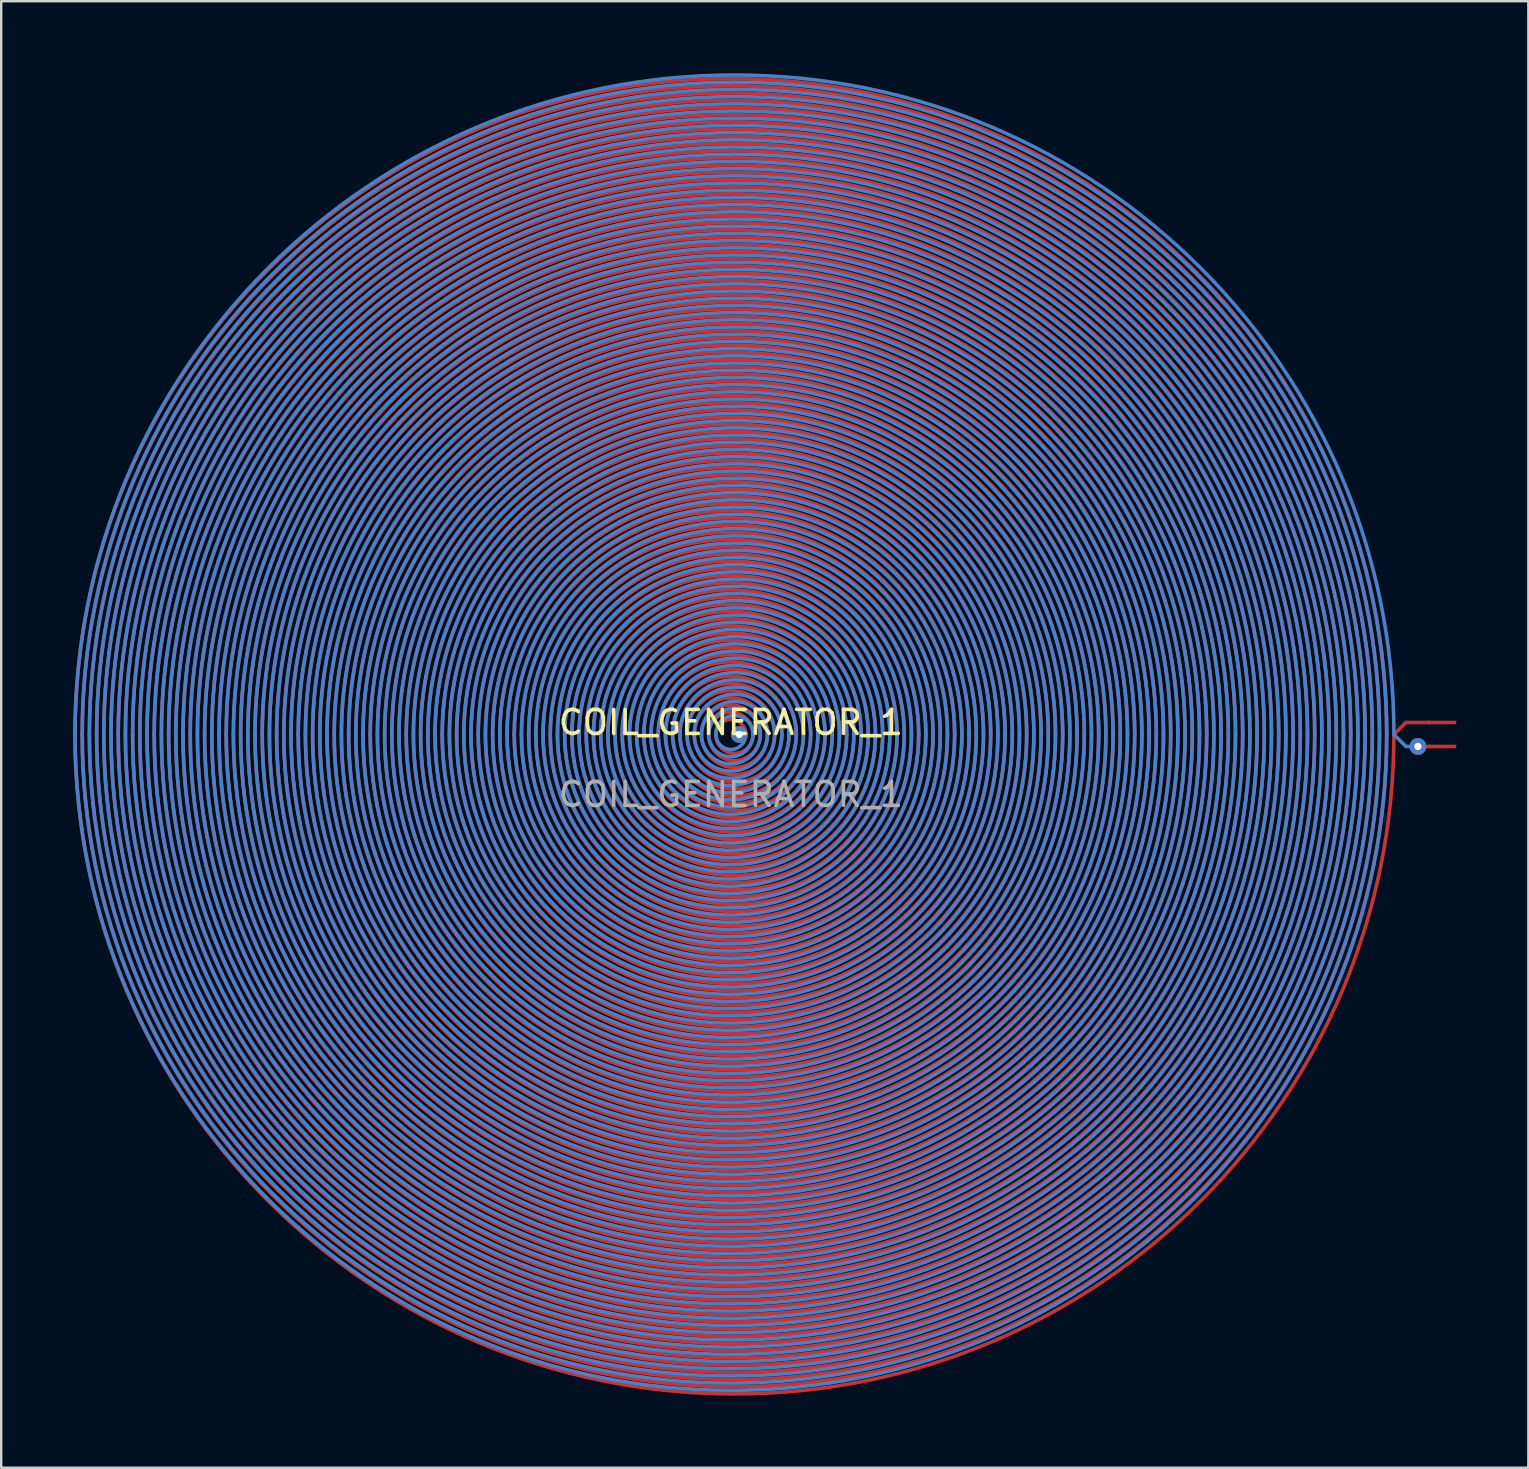
<source format=kicad_pcb>
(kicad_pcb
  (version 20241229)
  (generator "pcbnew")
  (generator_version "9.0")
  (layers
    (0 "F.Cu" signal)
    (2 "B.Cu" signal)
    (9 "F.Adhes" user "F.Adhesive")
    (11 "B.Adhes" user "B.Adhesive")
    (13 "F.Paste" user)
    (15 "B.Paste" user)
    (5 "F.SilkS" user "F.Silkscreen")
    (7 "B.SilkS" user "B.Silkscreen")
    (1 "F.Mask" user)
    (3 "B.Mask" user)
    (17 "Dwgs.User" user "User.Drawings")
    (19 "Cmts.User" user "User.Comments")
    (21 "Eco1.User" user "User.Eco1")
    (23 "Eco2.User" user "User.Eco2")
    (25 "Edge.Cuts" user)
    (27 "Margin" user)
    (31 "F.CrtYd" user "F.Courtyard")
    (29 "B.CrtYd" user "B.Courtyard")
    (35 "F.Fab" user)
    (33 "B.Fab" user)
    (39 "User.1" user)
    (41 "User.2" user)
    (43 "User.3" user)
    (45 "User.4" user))
  (footprint "COIL_GENERATOR_1"
    (layer "F.Cu")
    (at 27.4 27.55)
    (property "Reference" "COIL_GENERATOR_1" (at 0 -0.5 0) (unlocked yes) (layer "F.SilkS") (effects (font (size 1 1) (thickness 0.15))))
    (attr smd)
    (fp_line (start 27.625 0) (end 28.125 -0.5) (stroke (width 0.15) (type solid)) (layer "F.Cu"))
    (fp_line (start 28.125 -0.5) (end 29.125 -0.5) (stroke (width 0.15) (type solid)) (layer "F.Cu"))
    (fp_line (start 28.625 0.5) (end 29.125 0.5) (stroke (width 0.15) (type solid)) (layer "F.Cu"))
    (fp_arc (start -27.325 0) (mid 0 -27.325) (end 27.325 0) (stroke (width 0.15) (type solid)) (layer "F.Cu"))
    (fp_arc (start -27.025 0) (mid 0 -27.025) (end 27.025 0) (stroke (width 0.15) (type solid)) (layer "F.Cu"))
    (fp_arc (start -26.725 0) (mid 0 -26.725) (end 26.725 0) (stroke (width 0.15) (type solid)) (layer "F.Cu"))
    (fp_arc (start -26.425 0) (mid 0 -26.425) (end 26.425 0) (stroke (width 0.15) (type solid)) (layer "F.Cu"))
    (fp_arc (start -26.125 0) (mid 0 -26.125) (end 26.125 0) (stroke (width 0.15) (type solid)) (layer "F.Cu"))
    (fp_arc (start -25.825 0) (mid 0 -25.825) (end 25.825 0) (stroke (width 0.15) (type solid)) (layer "F.Cu"))
    (fp_arc (start -25.525 0) (mid 0 -25.525) (end 25.525 0) (stroke (width 0.15) (type solid)) (layer "F.Cu"))
    (fp_arc (start -25.225 0) (mid 0 -25.225) (end 25.225 0) (stroke (width 0.15) (type solid)) (layer "F.Cu"))
    (fp_arc (start -24.925 0) (mid 0 -24.925) (end 24.925 0) (stroke (width 0.15) (type solid)) (layer "F.Cu"))
    (fp_arc (start -24.625 0) (mid 0 -24.625) (end 24.625 0) (stroke (width 0.15) (type solid)) (layer "F.Cu"))
    (fp_arc (start -24.325 0) (mid 0 -24.325) (end 24.325 0) (stroke (width 0.15) (type solid)) (layer "F.Cu"))
    (fp_arc (start -24.025 0) (mid 0 -24.025) (end 24.025 0) (stroke (width 0.15) (type solid)) (layer "F.Cu"))
    (fp_arc (start -23.725 0) (mid 0 -23.725) (end 23.725 0) (stroke (width 0.15) (type solid)) (layer "F.Cu"))
    (fp_arc (start -23.425 0) (mid 0 -23.425) (end 23.425 0) (stroke (width 0.15) (type solid)) (layer "F.Cu"))
    (fp_arc (start -23.125 0) (mid 0 -23.125) (end 23.125 0) (stroke (width 0.15) (type solid)) (layer "F.Cu"))
    (fp_arc (start -22.825 0) (mid 0 -22.825) (end 22.825 0) (stroke (width 0.15) (type solid)) (layer "F.Cu"))
    (fp_arc (start -22.525 0) (mid 0 -22.525) (end 22.525 0) (stroke (width 0.15) (type solid)) (layer "F.Cu"))
    (fp_arc (start -22.225 0) (mid 0 -22.225) (end 22.225 0) (stroke (width 0.15) (type solid)) (layer "F.Cu"))
    (fp_arc (start -21.925 0) (mid 0 -21.925) (end 21.925 0) (stroke (width 0.15) (type solid)) (layer "F.Cu"))
    (fp_arc (start -21.625 0) (mid 0 -21.625) (end 21.625 0) (stroke (width 0.15) (type solid)) (layer "F.Cu"))
    (fp_arc (start -21.325 0) (mid 0 -21.325) (end 21.325 0) (stroke (width 0.15) (type solid)) (layer "F.Cu"))
    (fp_arc (start -21.025 0) (mid 0 -21.025) (end 21.025 0) (stroke (width 0.15) (type solid)) (layer "F.Cu"))
    (fp_arc (start -20.725 0) (mid 0 -20.725) (end 20.725 0) (stroke (width 0.15) (type solid)) (layer "F.Cu"))
    (fp_arc (start -20.425 0) (mid 0 -20.425) (end 20.425 0) (stroke (width 0.15) (type solid)) (layer "F.Cu"))
    (fp_arc (start -20.125 0) (mid 0 -20.125) (end 20.125 0) (stroke (width 0.15) (type solid)) (layer "F.Cu"))
    (fp_arc (start -19.825 0) (mid 0 -19.825) (end 19.825 0) (stroke (width 0.15) (type solid)) (layer "F.Cu"))
    (fp_arc (start -19.525 0) (mid 0 -19.525) (end 19.525 0) (stroke (width 0.15) (type solid)) (layer "F.Cu"))
    (fp_arc (start -19.225 0) (mid 0 -19.225) (end 19.225 0) (stroke (width 0.15) (type solid)) (layer "F.Cu"))
    (fp_arc (start -18.925 0) (mid 0 -18.925) (end 18.925 0) (stroke (width 0.15) (type solid)) (layer "F.Cu"))
    (fp_arc (start -18.625 0) (mid 0 -18.625) (end 18.625 0) (stroke (width 0.15) (type solid)) (layer "F.Cu"))
    (fp_arc (start -18.325 0) (mid 0 -18.325) (end 18.325 0) (stroke (width 0.15) (type solid)) (layer "F.Cu"))
    (fp_arc (start -18.025 0) (mid 0 -18.025) (end 18.025 0) (stroke (width 0.15) (type solid)) (layer "F.Cu"))
    (fp_arc (start -17.725 0) (mid 0 -17.725) (end 17.725 0) (stroke (width 0.15) (type solid)) (layer "F.Cu"))
    (fp_arc (start -17.425 0) (mid 0 -17.425) (end 17.425 0) (stroke (width 0.15) (type solid)) (layer "F.Cu"))
    (fp_arc (start -17.125 0) (mid 0 -17.125) (end 17.125 0) (stroke (width 0.15) (type solid)) (layer "F.Cu"))
    (fp_arc (start -16.825 0) (mid 0 -16.825) (end 16.825 0) (stroke (width 0.15) (type solid)) (layer "F.Cu"))
    (fp_arc (start -16.525 0) (mid 0 -16.525) (end 16.525 0) (stroke (width 0.15) (type solid)) (layer "F.Cu"))
    (fp_arc (start -16.225 0) (mid 0 -16.225) (end 16.225 0) (stroke (width 0.15) (type solid)) (layer "F.Cu"))
    (fp_arc (start -15.925 0) (mid 0 -15.925) (end 15.925 0) (stroke (width 0.15) (type solid)) (layer "F.Cu"))
    (fp_arc (start -15.625 0) (mid 0 -15.625) (end 15.625 0) (stroke (width 0.15) (type solid)) (layer "F.Cu"))
    (fp_arc (start -15.325 0) (mid 0 -15.325) (end 15.325 0) (stroke (width 0.15) (type solid)) (layer "F.Cu"))
    (fp_arc (start -15.025 0) (mid 0 -15.025) (end 15.025 0) (stroke (width 0.15) (type solid)) (layer "F.Cu"))
    (fp_arc (start -14.725 0) (mid 0 -14.725) (end 14.725 0) (stroke (width 0.15) (type solid)) (layer "F.Cu"))
    (fp_arc (start -14.425 0) (mid 0 -14.425) (end 14.425 0) (stroke (width 0.15) (type solid)) (layer "F.Cu"))
    (fp_arc (start -14.125 0) (mid 0 -14.125) (end 14.125 0) (stroke (width 0.15) (type solid)) (layer "F.Cu"))
    (fp_arc (start -13.825 0) (mid 0 -13.825) (end 13.825 0) (stroke (width 0.15) (type solid)) (layer "F.Cu"))
    (fp_arc (start -13.525 0) (mid 0 -13.525) (end 13.525 0) (stroke (width 0.15) (type solid)) (layer "F.Cu"))
    (fp_arc (start -13.225 0) (mid 0 -13.225) (end 13.225 0) (stroke (width 0.15) (type solid)) (layer "F.Cu"))
    (fp_arc (start -12.925 0) (mid 0 -12.925) (end 12.925 0) (stroke (width 0.15) (type solid)) (layer "F.Cu"))
    (fp_arc (start -12.625 0) (mid 0 -12.625) (end 12.625 0) (stroke (width 0.15) (type solid)) (layer "F.Cu"))
    (fp_arc (start -12.325 0) (mid 0 -12.325) (end 12.325 0) (stroke (width 0.15) (type solid)) (layer "F.Cu"))
    (fp_arc (start -12.025 0) (mid 0 -12.025) (end 12.025 0) (stroke (width 0.15) (type solid)) (layer "F.Cu"))
    (fp_arc (start -11.725 0) (mid 0 -11.725) (end 11.725 0) (stroke (width 0.15) (type solid)) (layer "F.Cu"))
    (fp_arc (start -11.425 0) (mid 0 -11.425) (end 11.425 0) (stroke (width 0.15) (type solid)) (layer "F.Cu"))
    (fp_arc (start -11.125 0) (mid 0 -11.125) (end 11.125 0) (stroke (width 0.15) (type solid)) (layer "F.Cu"))
    (fp_arc (start -10.825 0) (mid 0 -10.825) (end 10.825 0) (stroke (width 0.15) (type solid)) (layer "F.Cu"))
    (fp_arc (start -10.525 0) (mid 0 -10.525) (end 10.525 0) (stroke (width 0.15) (type solid)) (layer "F.Cu"))
    (fp_arc (start -10.225 0) (mid 0 -10.225) (end 10.225 0) (stroke (width 0.15) (type solid)) (layer "F.Cu"))
    (fp_arc (start -9.925 0) (mid 0 -9.925) (end 9.925 0) (stroke (width 0.15) (type solid)) (layer "F.Cu"))
    (fp_arc (start -9.625 0) (mid 0 -9.625) (end 9.625 0) (stroke (width 0.15) (type solid)) (layer "F.Cu"))
    (fp_arc (start -9.325 0) (mid 0 -9.325) (end 9.325 0) (stroke (width 0.15) (type solid)) (layer "F.Cu"))
    (fp_arc (start -9.025 0) (mid 0 -9.025) (end 9.025 0) (stroke (width 0.15) (type solid)) (layer "F.Cu"))
    (fp_arc (start -8.725 0) (mid 0 -8.725) (end 8.725 0) (stroke (width 0.15) (type solid)) (layer "F.Cu"))
    (fp_arc (start -8.425 0) (mid 0 -8.425) (end 8.425 0) (stroke (width 0.15) (type solid)) (layer "F.Cu"))
    (fp_arc (start -8.125 0) (mid 0 -8.125) (end 8.125 0) (stroke (width 0.15) (type solid)) (layer "F.Cu"))
    (fp_arc (start -7.825 0) (mid 0 -7.825) (end 7.825 0) (stroke (width 0.15) (type solid)) (layer "F.Cu"))
    (fp_arc (start -7.525 0) (mid 0 -7.525) (end 7.525 0) (stroke (width 0.15) (type solid)) (layer "F.Cu"))
    (fp_arc (start -7.225 0) (mid 0 -7.225) (end 7.225 0) (stroke (width 0.15) (type solid)) (layer "F.Cu"))
    (fp_arc (start -6.925 0) (mid 0 -6.925) (end 6.925 0) (stroke (width 0.15) (type solid)) (layer "F.Cu"))
    (fp_arc (start -6.625 0) (mid 0 -6.625) (end 6.625 0) (stroke (width 0.15) (type solid)) (layer "F.Cu"))
    (fp_arc (start -6.325 0) (mid 0 -6.325) (end 6.325 0) (stroke (width 0.15) (type solid)) (layer "F.Cu"))
    (fp_arc (start -6.025 0) (mid 0 -6.025) (end 6.025 0) (stroke (width 0.15) (type solid)) (layer "F.Cu"))
    (fp_arc (start -5.725 0) (mid 0 -5.725) (end 5.725 0) (stroke (width 0.15) (type solid)) (layer "F.Cu"))
    (fp_arc (start -5.425 0) (mid 0 -5.425) (end 5.425 0) (stroke (width 0.15) (type solid)) (layer "F.Cu"))
    (fp_arc (start -5.125 0) (mid 0 -5.125) (end 5.125 0) (stroke (width 0.15) (type solid)) (layer "F.Cu"))
    (fp_arc (start -4.825 0) (mid 0 -4.825) (end 4.825 0) (stroke (width 0.15) (type solid)) (layer "F.Cu"))
    (fp_arc (start -4.525 0) (mid 0 -4.525) (end 4.525 0) (stroke (width 0.15) (type solid)) (layer "F.Cu"))
    (fp_arc (start -4.225 0) (mid 0 -4.225) (end 4.225 0) (stroke (width 0.15) (type solid)) (layer "F.Cu"))
    (fp_arc (start -3.925 0) (mid 0 -3.925) (end 3.925 0) (stroke (width 0.15) (type solid)) (layer "F.Cu"))
    (fp_arc (start -3.625 0) (mid 0 -3.625) (end 3.625 0) (stroke (width 0.15) (type solid)) (layer "F.Cu"))
    (fp_arc (start -3.325 0) (mid 0 -3.325) (end 3.325 0) (stroke (width 0.15) (type solid)) (layer "F.Cu"))
    (fp_arc (start -3.025 0) (mid 0 -3.025) (end 3.025 0) (stroke (width 0.15) (type solid)) (layer "F.Cu"))
    (fp_arc (start -2.725 0) (mid 0 -2.725) (end 2.725 0) (stroke (width 0.15) (type solid)) (layer "F.Cu"))
    (fp_arc (start -2.425 0) (mid 0 -2.425) (end 2.425 0) (stroke (width 0.15) (type solid)) (layer "F.Cu"))
    (fp_arc (start -2.125 0) (mid 0 -2.125) (end 2.125 0) (stroke (width 0.15) (type solid)) (layer "F.Cu"))
    (fp_arc (start -1.825 0) (mid 0 -1.825) (end 1.825 0) (stroke (width 0.15) (type solid)) (layer "F.Cu"))
    (fp_arc (start -1.525 0) (mid 0 -1.525) (end 1.525 0) (stroke (width 0.15) (type solid)) (layer "F.Cu"))
    (fp_arc (start -1.225 0) (mid 0 -1.225) (end 1.225 0) (stroke (width 0.15) (type solid)) (layer "F.Cu"))
    (fp_arc (start -0.925 0) (mid 0 -0.925) (end 0.925 0) (stroke (width 0.15) (type solid)) (layer "F.Cu"))
    (fp_arc (start -0.625 0) (mid 0 -0.625) (end 0.625 0) (stroke (width 0.15) (type solid)) (layer "F.Cu"))
    (fp_arc (start 0.925 0) (mid 0 0.775) (end -0.625 0) (stroke (width 0.15) (type solid)) (layer "F.Cu"))
    (fp_arc (start 1.225 0) (mid 0 1.075) (end -0.925 0) (stroke (width 0.15) (type solid)) (layer "F.Cu"))
    (fp_arc (start 1.525 0) (mid 0 1.375) (end -1.225 0) (stroke (width 0.15) (type solid)) (layer "F.Cu"))
    (fp_arc (start 1.825 0) (mid 0 1.675) (end -1.525 0) (stroke (width 0.15) (type solid)) (layer "F.Cu"))
    (fp_arc (start 2.125 0) (mid 0 1.975) (end -1.825 0) (stroke (width 0.15) (type solid)) (layer "F.Cu"))
    (fp_arc (start 2.425 0) (mid 0 2.275) (end -2.125 0) (stroke (width 0.15) (type solid)) (layer "F.Cu"))
    (fp_arc (start 2.725 0) (mid 0 2.575) (end -2.425 0) (stroke (width 0.15) (type solid)) (layer "F.Cu"))
    (fp_arc (start 3.025 0) (mid 0 2.875) (end -2.725 0) (stroke (width 0.15) (type solid)) (layer "F.Cu"))
    (fp_arc (start 3.325 0) (mid 0 3.175) (end -3.025 0) (stroke (width 0.15) (type solid)) (layer "F.Cu"))
    (fp_arc (start 3.625 0) (mid 0 3.475) (end -3.325 0) (stroke (width 0.15) (type solid)) (layer "F.Cu"))
    (fp_arc (start 3.925 0) (mid 0 3.775) (end -3.625 0) (stroke (width 0.15) (type solid)) (layer "F.Cu"))
    (fp_arc (start 4.225 0) (mid 0 4.075) (end -3.925 0) (stroke (width 0.15) (type solid)) (layer "F.Cu"))
    (fp_arc (start 4.525 0) (mid 0 4.375) (end -4.225 0) (stroke (width 0.15) (type solid)) (layer "F.Cu"))
    (fp_arc (start 4.825 0) (mid 0 4.675) (end -4.525 0) (stroke (width 0.15) (type solid)) (layer "F.Cu"))
    (fp_arc (start 5.125 0) (mid 0 4.975) (end -4.825 0) (stroke (width 0.15) (type solid)) (layer "F.Cu"))
    (fp_arc (start 5.425 0) (mid 0 5.275) (end -5.125 0) (stroke (width 0.15) (type solid)) (layer "F.Cu"))
    (fp_arc (start 5.725 0) (mid 0 5.575) (end -5.425 0) (stroke (width 0.15) (type solid)) (layer "F.Cu"))
    (fp_arc (start 6.025 0) (mid 0 5.875) (end -5.725 0) (stroke (width 0.15) (type solid)) (layer "F.Cu"))
    (fp_arc (start 6.325 0) (mid 0 6.175) (end -6.025 0) (stroke (width 0.15) (type solid)) (layer "F.Cu"))
    (fp_arc (start 6.625 0) (mid 0 6.475) (end -6.325 0) (stroke (width 0.15) (type solid)) (layer "F.Cu"))
    (fp_arc (start 6.925 0) (mid 0 6.775) (end -6.625 0) (stroke (width 0.15) (type solid)) (layer "F.Cu"))
    (fp_arc (start 7.225 0) (mid 0 7.075) (end -6.925 0) (stroke (width 0.15) (type solid)) (layer "F.Cu"))
    (fp_arc (start 7.525 0) (mid 0 7.375) (end -7.225 0) (stroke (width 0.15) (type solid)) (layer "F.Cu"))
    (fp_arc (start 7.825 0) (mid 0 7.675) (end -7.525 0) (stroke (width 0.15) (type solid)) (layer "F.Cu"))
    (fp_arc (start 8.125 0) (mid 0 7.975) (end -7.825 0) (stroke (width 0.15) (type solid)) (layer "F.Cu"))
    (fp_arc (start 8.425 0) (mid 0 8.275) (end -8.125 0) (stroke (width 0.15) (type solid)) (layer "F.Cu"))
    (fp_arc (start 8.725 0) (mid 0 8.575) (end -8.425 0) (stroke (width 0.15) (type solid)) (layer "F.Cu"))
    (fp_arc (start 9.025 0) (mid 0 8.875) (end -8.725 0) (stroke (width 0.15) (type solid)) (layer "F.Cu"))
    (fp_arc (start 9.325 0) (mid 0 9.175) (end -9.025 0) (stroke (width 0.15) (type solid)) (layer "F.Cu"))
    (fp_arc (start 9.625 0) (mid 0 9.475) (end -9.325 0) (stroke (width 0.15) (type solid)) (layer "F.Cu"))
    (fp_arc (start 9.925 0) (mid 0 9.775) (end -9.625 0) (stroke (width 0.15) (type solid)) (layer "F.Cu"))
    (fp_arc (start 10.225 0) (mid 0 10.075) (end -9.925 0) (stroke (width 0.15) (type solid)) (layer "F.Cu"))
    (fp_arc (start 10.525 0) (mid 0 10.375) (end -10.225 0) (stroke (width 0.15) (type solid)) (layer "F.Cu"))
    (fp_arc (start 10.825 0) (mid 0 10.675) (end -10.525 0) (stroke (width 0.15) (type solid)) (layer "F.Cu"))
    (fp_arc (start 11.125 0) (mid 0 10.975) (end -10.825 0) (stroke (width 0.15) (type solid)) (layer "F.Cu"))
    (fp_arc (start 11.425 0) (mid 0 11.275) (end -11.125 0) (stroke (width 0.15) (type solid)) (layer "F.Cu"))
    (fp_arc (start 11.725 0) (mid 0 11.575) (end -11.425 0) (stroke (width 0.15) (type solid)) (layer "F.Cu"))
    (fp_arc (start 12.025 0) (mid 0 11.875) (end -11.725 0) (stroke (width 0.15) (type solid)) (layer "F.Cu"))
    (fp_arc (start 12.325 0) (mid 0 12.175) (end -12.025 0) (stroke (width 0.15) (type solid)) (layer "F.Cu"))
    (fp_arc (start 12.625 0) (mid 0 12.475) (end -12.325 0) (stroke (width 0.15) (type solid)) (layer "F.Cu"))
    (fp_arc (start 12.925 0) (mid 0 12.775) (end -12.625 0) (stroke (width 0.15) (type solid)) (layer "F.Cu"))
    (fp_arc (start 13.225 0) (mid 0 13.075) (end -12.925 0) (stroke (width 0.15) (type solid)) (layer "F.Cu"))
    (fp_arc (start 13.525 0) (mid 0 13.375) (end -13.225 0) (stroke (width 0.15) (type solid)) (layer "F.Cu"))
    (fp_arc (start 13.825 0) (mid 0 13.675) (end -13.525 0) (stroke (width 0.15) (type solid)) (layer "F.Cu"))
    (fp_arc (start 14.125 0) (mid 0 13.975) (end -13.825 0) (stroke (width 0.15) (type solid)) (layer "F.Cu"))
    (fp_arc (start 14.425 0) (mid 0 14.275) (end -14.125 0) (stroke (width 0.15) (type solid)) (layer "F.Cu"))
    (fp_arc (start 14.725 0) (mid 0 14.575) (end -14.425 0) (stroke (width 0.15) (type solid)) (layer "F.Cu"))
    (fp_arc (start 15.025 0) (mid 0 14.875) (end -14.725 0) (stroke (width 0.15) (type solid)) (layer "F.Cu"))
    (fp_arc (start 15.325 0) (mid 0 15.175) (end -15.025 0) (stroke (width 0.15) (type solid)) (layer "F.Cu"))
    (fp_arc (start 15.625 0) (mid 0 15.475) (end -15.325 0) (stroke (width 0.15) (type solid)) (layer "F.Cu"))
    (fp_arc (start 15.925 0) (mid 0 15.775) (end -15.625 0) (stroke (width 0.15) (type solid)) (layer "F.Cu"))
    (fp_arc (start 16.225 0) (mid 0 16.075) (end -15.925 0) (stroke (width 0.15) (type solid)) (layer "F.Cu"))
    (fp_arc (start 16.525 0) (mid 0 16.375) (end -16.225 0) (stroke (width 0.15) (type solid)) (layer "F.Cu"))
    (fp_arc (start 16.825 0) (mid 0 16.675) (end -16.525 0) (stroke (width 0.15) (type solid)) (layer "F.Cu"))
    (fp_arc (start 17.125 0) (mid 0 16.975) (end -16.825 0) (stroke (width 0.15) (type solid)) (layer "F.Cu"))
    (fp_arc (start 17.425 0) (mid 0 17.275) (end -17.125 0) (stroke (width 0.15) (type solid)) (layer "F.Cu"))
    (fp_arc (start 17.725 0) (mid 0 17.575) (end -17.425 0) (stroke (width 0.15) (type solid)) (layer "F.Cu"))
    (fp_arc (start 18.025 0) (mid 0 17.875) (end -17.725 0) (stroke (width 0.15) (type solid)) (layer "F.Cu"))
    (fp_arc (start 18.325 0) (mid 0 18.175) (end -18.025 0) (stroke (width 0.15) (type solid)) (layer "F.Cu"))
    (fp_arc (start 18.625 0) (mid 0 18.475) (end -18.325 0) (stroke (width 0.15) (type solid)) (layer "F.Cu"))
    (fp_arc (start 18.925 0) (mid 0 18.775) (end -18.625 0) (stroke (width 0.15) (type solid)) (layer "F.Cu"))
    (fp_arc (start 19.225 0) (mid 0 19.075) (end -18.925 0) (stroke (width 0.15) (type solid)) (layer "F.Cu"))
    (fp_arc (start 19.525 0) (mid 0 19.375) (end -19.225 0) (stroke (width 0.15) (type solid)) (layer "F.Cu"))
    (fp_arc (start 19.825 0) (mid 0 19.675) (end -19.525 0) (stroke (width 0.15) (type solid)) (layer "F.Cu"))
    (fp_arc (start 20.125 0) (mid 0 19.975) (end -19.825 0) (stroke (width 0.15) (type solid)) (layer "F.Cu"))
    (fp_arc (start 20.425 0) (mid 0 20.275) (end -20.125 0) (stroke (width 0.15) (type solid)) (layer "F.Cu"))
    (fp_arc (start 20.725 0) (mid 0 20.575) (end -20.425 0) (stroke (width 0.15) (type solid)) (layer "F.Cu"))
    (fp_arc (start 21.025 0) (mid 0 20.875) (end -20.725 0) (stroke (width 0.15) (type solid)) (layer "F.Cu"))
    (fp_arc (start 21.325 0) (mid 0 21.175) (end -21.025 0) (stroke (width 0.15) (type solid)) (layer "F.Cu"))
    (fp_arc (start 21.625 0) (mid 0 21.475) (end -21.325 0) (stroke (width 0.15) (type solid)) (layer "F.Cu"))
    (fp_arc (start 21.925 0) (mid 0 21.775) (end -21.625 0) (stroke (width 0.15) (type solid)) (layer "F.Cu"))
    (fp_arc (start 22.225 0) (mid 0 22.075) (end -21.925 0) (stroke (width 0.15) (type solid)) (layer "F.Cu"))
    (fp_arc (start 22.525 0) (mid 0 22.375) (end -22.225 0) (stroke (width 0.15) (type solid)) (layer "F.Cu"))
    (fp_arc (start 22.825 0) (mid 0 22.675) (end -22.525 0) (stroke (width 0.15) (type solid)) (layer "F.Cu"))
    (fp_arc (start 23.125 0) (mid 0 22.975) (end -22.825 0) (stroke (width 0.15) (type solid)) (layer "F.Cu"))
    (fp_arc (start 23.425 0) (mid 0 23.275) (end -23.125 0) (stroke (width 0.15) (type solid)) (layer "F.Cu"))
    (fp_arc (start 23.725 0) (mid 0 23.575) (end -23.425 0) (stroke (width 0.15) (type solid)) (layer "F.Cu"))
    (fp_arc (start 24.025 0) (mid 0 23.875) (end -23.725 0) (stroke (width 0.15) (type solid)) (layer "F.Cu"))
    (fp_arc (start 24.325 0) (mid 0 24.175) (end -24.025 0) (stroke (width 0.15) (type solid)) (layer "F.Cu"))
    (fp_arc (start 24.625 0) (mid 0 24.475) (end -24.325 0) (stroke (width 0.15) (type solid)) (layer "F.Cu"))
    (fp_arc (start 24.925 0) (mid 0 24.775) (end -24.625 0) (stroke (width 0.15) (type solid)) (layer "F.Cu"))
    (fp_arc (start 25.225 0) (mid 0 25.075) (end -24.925 0) (stroke (width 0.15) (type solid)) (layer "F.Cu"))
    (fp_arc (start 25.525 0) (mid 0 25.375) (end -25.225 0) (stroke (width 0.15) (type solid)) (layer "F.Cu"))
    (fp_arc (start 25.825 0) (mid 0 25.675) (end -25.525 0) (stroke (width 0.15) (type solid)) (layer "F.Cu"))
    (fp_arc (start 26.125 0) (mid 0 25.975) (end -25.825 0) (stroke (width 0.15) (type solid)) (layer "F.Cu"))
    (fp_arc (start 26.425 0) (mid 0 26.275) (end -26.125 0) (stroke (width 0.15) (type solid)) (layer "F.Cu"))
    (fp_arc (start 26.725 0) (mid 0 26.575) (end -26.425 0) (stroke (width 0.15) (type solid)) (layer "F.Cu"))
    (fp_arc (start 27.025 0) (mid 0 26.875) (end -26.725 0) (stroke (width 0.15) (type solid)) (layer "F.Cu"))
    (fp_arc (start 27.325 0) (mid 0 27.175) (end -27.025 0) (stroke (width 0.15) (type solid)) (layer "F.Cu"))
    (fp_arc (start 27.625 0) (mid 0 27.475) (end -27.325 0) (stroke (width 0.15) (type solid)) (layer "F.Cu"))
    (fp_line (start 27.625 0) (end 28.125 0.5) (stroke (width 0.15) (type solid)) (layer "B.Cu"))
    (fp_line (start 28.125 0.5) (end 28.625 0.5) (stroke (width 0.15) (type solid)) (layer "B.Cu"))
    (fp_arc (start -27.325 0) (mid 0 -27.475) (end 27.625 0) (stroke (width 0.15) (type solid)) (layer "B.Cu"))
    (fp_arc (start -27.025 0) (mid 0 -27.175) (end 27.325 0) (stroke (width 0.15) (type solid)) (layer "B.Cu"))
    (fp_arc (start -26.725 0) (mid 0 -26.875) (end 27.025 0) (stroke (width 0.15) (type solid)) (layer "B.Cu"))
    (fp_arc (start -26.425 0) (mid 0 -26.575) (end 26.725 0) (stroke (width 0.15) (type solid)) (layer "B.Cu"))
    (fp_arc (start -26.125 0) (mid 0 -26.275) (end 26.425 0) (stroke (width 0.15) (type solid)) (layer "B.Cu"))
    (fp_arc (start -25.825 0) (mid 0 -25.975) (end 26.125 0) (stroke (width 0.15) (type solid)) (layer "B.Cu"))
    (fp_arc (start -25.525 0) (mid 0 -25.675) (end 25.825 0) (stroke (width 0.15) (type solid)) (layer "B.Cu"))
    (fp_arc (start -25.225 0) (mid 0 -25.375) (end 25.525 0) (stroke (width 0.15) (type solid)) (layer "B.Cu"))
    (fp_arc (start -24.925 0) (mid 0 -25.075) (end 25.225 0) (stroke (width 0.15) (type solid)) (layer "B.Cu"))
    (fp_arc (start -24.625 0) (mid 0 -24.775) (end 24.925 0) (stroke (width 0.15) (type solid)) (layer "B.Cu"))
    (fp_arc (start -24.325 0) (mid 0 -24.475) (end 24.625 0) (stroke (width 0.15) (type solid)) (layer "B.Cu"))
    (fp_arc (start -24.025 0) (mid 0 -24.175) (end 24.325 0) (stroke (width 0.15) (type solid)) (layer "B.Cu"))
    (fp_arc (start -23.725 0) (mid 0 -23.875) (end 24.025 0) (stroke (width 0.15) (type solid)) (layer "B.Cu"))
    (fp_arc (start -23.425 0) (mid 0 -23.575) (end 23.725 0) (stroke (width 0.15) (type solid)) (layer "B.Cu"))
    (fp_arc (start -23.125 0) (mid 0 -23.275) (end 23.425 0) (stroke (width 0.15) (type solid)) (layer "B.Cu"))
    (fp_arc (start -22.825 0) (mid 0 -22.975) (end 23.125 0) (stroke (width 0.15) (type solid)) (layer "B.Cu"))
    (fp_arc (start -22.525 0) (mid 0 -22.675) (end 22.825 0) (stroke (width 0.15) (type solid)) (layer "B.Cu"))
    (fp_arc (start -22.225 0) (mid 0 -22.375) (end 22.525 0) (stroke (width 0.15) (type solid)) (layer "B.Cu"))
    (fp_arc (start -21.925 0) (mid 0 -22.075) (end 22.225 0) (stroke (width 0.15) (type solid)) (layer "B.Cu"))
    (fp_arc (start -21.625 0) (mid 0 -21.775) (end 21.925 0) (stroke (width 0.15) (type solid)) (layer "B.Cu"))
    (fp_arc (start -21.325 0) (mid 0 -21.475) (end 21.625 0) (stroke (width 0.15) (type solid)) (layer "B.Cu"))
    (fp_arc (start -21.025 0) (mid 0 -21.175) (end 21.325 0) (stroke (width 0.15) (type solid)) (layer "B.Cu"))
    (fp_arc (start -20.725 0) (mid 0 -20.875) (end 21.025 0) (stroke (width 0.15) (type solid)) (layer "B.Cu"))
    (fp_arc (start -20.425 0) (mid 0 -20.575) (end 20.725 0) (stroke (width 0.15) (type solid)) (layer "B.Cu"))
    (fp_arc (start -20.125 0) (mid 0 -20.275) (end 20.425 0) (stroke (width 0.15) (type solid)) (layer "B.Cu"))
    (fp_arc (start -19.825 0) (mid 0 -19.975) (end 20.125 0) (stroke (width 0.15) (type solid)) (layer "B.Cu"))
    (fp_arc (start -19.525 0) (mid 0 -19.675) (end 19.825 0) (stroke (width 0.15) (type solid)) (layer "B.Cu"))
    (fp_arc (start -19.225 0) (mid 0 -19.375) (end 19.525 0) (stroke (width 0.15) (type solid)) (layer "B.Cu"))
    (fp_arc (start -18.925 0) (mid 0 -19.075) (end 19.225 0) (stroke (width 0.15) (type solid)) (layer "B.Cu"))
    (fp_arc (start -18.625 0) (mid 0 -18.775) (end 18.925 0) (stroke (width 0.15) (type solid)) (layer "B.Cu"))
    (fp_arc (start -18.325 0) (mid 0 -18.475) (end 18.625 0) (stroke (width 0.15) (type solid)) (layer "B.Cu"))
    (fp_arc (start -18.025 0) (mid 0 -18.175) (end 18.325 0) (stroke (width 0.15) (type solid)) (layer "B.Cu"))
    (fp_arc (start -17.725 0) (mid 0 -17.875) (end 18.025 0) (stroke (width 0.15) (type solid)) (layer "B.Cu"))
    (fp_arc (start -17.425 0) (mid 0 -17.575) (end 17.725 0) (stroke (width 0.15) (type solid)) (layer "B.Cu"))
    (fp_arc (start -17.125 0) (mid 0 -17.275) (end 17.425 0) (stroke (width 0.15) (type solid)) (layer "B.Cu"))
    (fp_arc (start -16.825 0) (mid 0 -16.975) (end 17.125 0) (stroke (width 0.15) (type solid)) (layer "B.Cu"))
    (fp_arc (start -16.525 0) (mid 0 -16.675) (end 16.825 0) (stroke (width 0.15) (type solid)) (layer "B.Cu"))
    (fp_arc (start -16.225 0) (mid 0 -16.375) (end 16.525 0) (stroke (width 0.15) (type solid)) (layer "B.Cu"))
    (fp_arc (start -15.925 0) (mid 0 -16.075) (end 16.225 0) (stroke (width 0.15) (type solid)) (layer "B.Cu"))
    (fp_arc (start -15.625 0) (mid 0 -15.775) (end 15.925 0) (stroke (width 0.15) (type solid)) (layer "B.Cu"))
    (fp_arc (start -15.325 0) (mid 0 -15.475) (end 15.625 0) (stroke (width 0.15) (type solid)) (layer "B.Cu"))
    (fp_arc (start -15.025 0) (mid 0 -15.175) (end 15.325 0) (stroke (width 0.15) (type solid)) (layer "B.Cu"))
    (fp_arc (start -14.725 0) (mid 0 -14.875) (end 15.025 0) (stroke (width 0.15) (type solid)) (layer "B.Cu"))
    (fp_arc (start -14.425 0) (mid 0 -14.575) (end 14.725 0) (stroke (width 0.15) (type solid)) (layer "B.Cu"))
    (fp_arc (start -14.125 0) (mid 0 -14.275) (end 14.425 0) (stroke (width 0.15) (type solid)) (layer "B.Cu"))
    (fp_arc (start -13.825 0) (mid 0 -13.975) (end 14.125 0) (stroke (width 0.15) (type solid)) (layer "B.Cu"))
    (fp_arc (start -13.525 0) (mid 0 -13.675) (end 13.825 0) (stroke (width 0.15) (type solid)) (layer "B.Cu"))
    (fp_arc (start -13.225 0) (mid 0 -13.375) (end 13.525 0) (stroke (width 0.15) (type solid)) (layer "B.Cu"))
    (fp_arc (start -12.925 0) (mid 0 -13.075) (end 13.225 0) (stroke (width 0.15) (type solid)) (layer "B.Cu"))
    (fp_arc (start -12.625 0) (mid 0 -12.775) (end 12.925 0) (stroke (width 0.15) (type solid)) (layer "B.Cu"))
    (fp_arc (start -12.325 0) (mid 0 -12.475) (end 12.625 0) (stroke (width 0.15) (type solid)) (layer "B.Cu"))
    (fp_arc (start -12.025 0) (mid 0 -12.175) (end 12.325 0) (stroke (width 0.15) (type solid)) (layer "B.Cu"))
    (fp_arc (start -11.725 0) (mid 0 -11.875) (end 12.025 0) (stroke (width 0.15) (type solid)) (layer "B.Cu"))
    (fp_arc (start -11.425 0) (mid 0 -11.575) (end 11.725 0) (stroke (width 0.15) (type solid)) (layer "B.Cu"))
    (fp_arc (start -11.125 0) (mid 0 -11.275) (end 11.425 0) (stroke (width 0.15) (type solid)) (layer "B.Cu"))
    (fp_arc (start -10.825 0) (mid 0 -10.975) (end 11.125 0) (stroke (width 0.15) (type solid)) (layer "B.Cu"))
    (fp_arc (start -10.525 0) (mid 0 -10.675) (end 10.825 0) (stroke (width 0.15) (type solid)) (layer "B.Cu"))
    (fp_arc (start -10.225 0) (mid 0 -10.375) (end 10.525 0) (stroke (width 0.15) (type solid)) (layer "B.Cu"))
    (fp_arc (start -9.925 0) (mid 0 -10.075) (end 10.225 0) (stroke (width 0.15) (type solid)) (layer "B.Cu"))
    (fp_arc (start -9.625 0) (mid 0 -9.775) (end 9.925 0) (stroke (width 0.15) (type solid)) (layer "B.Cu"))
    (fp_arc (start -9.325 0) (mid 0 -9.475) (end 9.625 0) (stroke (width 0.15) (type solid)) (layer "B.Cu"))
    (fp_arc (start -9.025 0) (mid 0 -9.175) (end 9.325 0) (stroke (width 0.15) (type solid)) (layer "B.Cu"))
    (fp_arc (start -8.725 0) (mid 0 -8.875) (end 9.025 0) (stroke (width 0.15) (type solid)) (layer "B.Cu"))
    (fp_arc (start -8.425 0) (mid 0 -8.575) (end 8.725 0) (stroke (width 0.15) (type solid)) (layer "B.Cu"))
    (fp_arc (start -8.125 0) (mid 0 -8.275) (end 8.425 0) (stroke (width 0.15) (type solid)) (layer "B.Cu"))
    (fp_arc (start -7.825 0) (mid 0 -7.975) (end 8.125 0) (stroke (width 0.15) (type solid)) (layer "B.Cu"))
    (fp_arc (start -7.525 0) (mid 0 -7.675) (end 7.825 0) (stroke (width 0.15) (type solid)) (layer "B.Cu"))
    (fp_arc (start -7.225 0) (mid 0 -7.375) (end 7.525 0) (stroke (width 0.15) (type solid)) (layer "B.Cu"))
    (fp_arc (start -6.925 0) (mid 0 -7.075) (end 7.225 0) (stroke (width 0.15) (type solid)) (layer "B.Cu"))
    (fp_arc (start -6.625 0) (mid 0 -6.775) (end 6.925 0) (stroke (width 0.15) (type solid)) (layer "B.Cu"))
    (fp_arc (start -6.325 0) (mid 0 -6.475) (end 6.625 0) (stroke (width 0.15) (type solid)) (layer "B.Cu"))
    (fp_arc (start -6.025 0) (mid 0 -6.175) (end 6.325 0) (stroke (width 0.15) (type solid)) (layer "B.Cu"))
    (fp_arc (start -5.725 0) (mid 0 -5.875) (end 6.025 0) (stroke (width 0.15) (type solid)) (layer "B.Cu"))
    (fp_arc (start -5.425 0) (mid 0 -5.575) (end 5.725 0) (stroke (width 0.15) (type solid)) (layer "B.Cu"))
    (fp_arc (start -5.125 0) (mid 0 -5.275) (end 5.425 0) (stroke (width 0.15) (type solid)) (layer "B.Cu"))
    (fp_arc (start -4.825 0) (mid 0 -4.975) (end 5.125 0) (stroke (width 0.15) (type solid)) (layer "B.Cu"))
    (fp_arc (start -4.525 0) (mid 0 -4.675) (end 4.825 0) (stroke (width 0.15) (type solid)) (layer "B.Cu"))
    (fp_arc (start -4.225 0) (mid 0 -4.375) (end 4.525 0) (stroke (width 0.15) (type solid)) (layer "B.Cu"))
    (fp_arc (start -3.925 0) (mid 0 -4.075) (end 4.225 0) (stroke (width 0.15) (type solid)) (layer "B.Cu"))
    (fp_arc (start -3.625 0) (mid 0 -3.775) (end 3.925 0) (stroke (width 0.15) (type solid)) (layer "B.Cu"))
    (fp_arc (start -3.325 0) (mid 0 -3.475) (end 3.625 0) (stroke (width 0.15) (type solid)) (layer "B.Cu"))
    (fp_arc (start -3.025 0) (mid 0 -3.175) (end 3.325 0) (stroke (width 0.15) (type solid)) (layer "B.Cu"))
    (fp_arc (start -2.725 0) (mid 0 -2.875) (end 3.025 0) (stroke (width 0.15) (type solid)) (layer "B.Cu"))
    (fp_arc (start -2.425 0) (mid 0 -2.575) (end 2.725 0) (stroke (width 0.15) (type solid)) (layer "B.Cu"))
    (fp_arc (start -2.125 0) (mid 0 -2.275) (end 2.425 0) (stroke (width 0.15) (type solid)) (layer "B.Cu"))
    (fp_arc (start -1.825 0) (mid 0 -1.975) (end 2.125 0) (stroke (width 0.15) (type solid)) (layer "B.Cu"))
    (fp_arc (start -1.525 0) (mid 0 -1.675) (end 1.825 0) (stroke (width 0.15) (type solid)) (layer "B.Cu"))
    (fp_arc (start -1.225 0) (mid 0 -1.375) (end 1.525 0) (stroke (width 0.15) (type solid)) (layer "B.Cu"))
    (fp_arc (start -0.925 0) (mid 0 -1.075) (end 1.225 0) (stroke (width 0.15) (type solid)) (layer "B.Cu"))
    (fp_arc (start -0.625 0) (mid 0 -0.775) (end 0.925 0) (stroke (width 0.15) (type solid)) (layer "B.Cu"))
    (fp_arc (start 0.625 0) (mid 0 0.625) (end -0.625 0) (stroke (width 0.15) (type solid)) (layer "B.Cu"))
    (fp_arc (start 0.925 0) (mid 0 0.925) (end -0.925 0) (stroke (width 0.15) (type solid)) (layer "B.Cu"))
    (fp_arc (start 1.225 0) (mid 0 1.225) (end -1.225 0) (stroke (width 0.15) (type solid)) (layer "B.Cu"))
    (fp_arc (start 1.525 0) (mid 0 1.525) (end -1.525 0) (stroke (width 0.15) (type solid)) (layer "B.Cu"))
    (fp_arc (start 1.825 0) (mid 0 1.825) (end -1.825 0) (stroke (width 0.15) (type solid)) (layer "B.Cu"))
    (fp_arc (start 2.125 0) (mid 0 2.125) (end -2.125 0) (stroke (width 0.15) (type solid)) (layer "B.Cu"))
    (fp_arc (start 2.425 0) (mid 0 2.425) (end -2.425 0) (stroke (width 0.15) (type solid)) (layer "B.Cu"))
    (fp_arc (start 2.725 0) (mid 0 2.725) (end -2.725 0) (stroke (width 0.15) (type solid)) (layer "B.Cu"))
    (fp_arc (start 3.025 0) (mid 0 3.025) (end -3.025 0) (stroke (width 0.15) (type solid)) (layer "B.Cu"))
    (fp_arc (start 3.325 0) (mid 0 3.325) (end -3.325 0) (stroke (width 0.15) (type solid)) (layer "B.Cu"))
    (fp_arc (start 3.625 0) (mid 0 3.625) (end -3.625 0) (stroke (width 0.15) (type solid)) (layer "B.Cu"))
    (fp_arc (start 3.925 0) (mid 0 3.925) (end -3.925 0) (stroke (width 0.15) (type solid)) (layer "B.Cu"))
    (fp_arc (start 4.225 0) (mid 0 4.225) (end -4.225 0) (stroke (width 0.15) (type solid)) (layer "B.Cu"))
    (fp_arc (start 4.525 0) (mid 0 4.525) (end -4.525 0) (stroke (width 0.15) (type solid)) (layer "B.Cu"))
    (fp_arc (start 4.825 0) (mid 0 4.825) (end -4.825 0) (stroke (width 0.15) (type solid)) (layer "B.Cu"))
    (fp_arc (start 5.125 0) (mid 0 5.125) (end -5.125 0) (stroke (width 0.15) (type solid)) (layer "B.Cu"))
    (fp_arc (start 5.425 0) (mid 0 5.425) (end -5.425 0) (stroke (width 0.15) (type solid)) (layer "B.Cu"))
    (fp_arc (start 5.725 0) (mid 0 5.725) (end -5.725 0) (stroke (width 0.15) (type solid)) (layer "B.Cu"))
    (fp_arc (start 6.025 0) (mid 0 6.025) (end -6.025 0) (stroke (width 0.15) (type solid)) (layer "B.Cu"))
    (fp_arc (start 6.325 0) (mid 0 6.325) (end -6.325 0) (stroke (width 0.15) (type solid)) (layer "B.Cu"))
    (fp_arc (start 6.625 0) (mid 0 6.625) (end -6.625 0) (stroke (width 0.15) (type solid)) (layer "B.Cu"))
    (fp_arc (start 6.925 0) (mid 0 6.925) (end -6.925 0) (stroke (width 0.15) (type solid)) (layer "B.Cu"))
    (fp_arc (start 7.225 0) (mid 0 7.225) (end -7.225 0) (stroke (width 0.15) (type solid)) (layer "B.Cu"))
    (fp_arc (start 7.525 0) (mid 0 7.525) (end -7.525 0) (stroke (width 0.15) (type solid)) (layer "B.Cu"))
    (fp_arc (start 7.825 0) (mid 0 7.825) (end -7.825 0) (stroke (width 0.15) (type solid)) (layer "B.Cu"))
    (fp_arc (start 8.125 0) (mid 0 8.125) (end -8.125 0) (stroke (width 0.15) (type solid)) (layer "B.Cu"))
    (fp_arc (start 8.425 0) (mid 0 8.425) (end -8.425 0) (stroke (width 0.15) (type solid)) (layer "B.Cu"))
    (fp_arc (start 8.725 0) (mid 0 8.725) (end -8.725 0) (stroke (width 0.15) (type solid)) (layer "B.Cu"))
    (fp_arc (start 9.025 0) (mid 0 9.025) (end -9.025 0) (stroke (width 0.15) (type solid)) (layer "B.Cu"))
    (fp_arc (start 9.325 0) (mid 0 9.325) (end -9.325 0) (stroke (width 0.15) (type solid)) (layer "B.Cu"))
    (fp_arc (start 9.625 0) (mid 0 9.625) (end -9.625 0) (stroke (width 0.15) (type solid)) (layer "B.Cu"))
    (fp_arc (start 9.925 0) (mid 0 9.925) (end -9.925 0) (stroke (width 0.15) (type solid)) (layer "B.Cu"))
    (fp_arc (start 10.225 0) (mid 0 10.225) (end -10.225 0) (stroke (width 0.15) (type solid)) (layer "B.Cu"))
    (fp_arc (start 10.525 0) (mid 0 10.525) (end -10.525 0) (stroke (width 0.15) (type solid)) (layer "B.Cu"))
    (fp_arc (start 10.825 0) (mid 0 10.825) (end -10.825 0) (stroke (width 0.15) (type solid)) (layer "B.Cu"))
    (fp_arc (start 11.125 0) (mid 0 11.125) (end -11.125 0) (stroke (width 0.15) (type solid)) (layer "B.Cu"))
    (fp_arc (start 11.425 0) (mid 0 11.425) (end -11.425 0) (stroke (width 0.15) (type solid)) (layer "B.Cu"))
    (fp_arc (start 11.725 0) (mid 0 11.725) (end -11.725 0) (stroke (width 0.15) (type solid)) (layer "B.Cu"))
    (fp_arc (start 12.025 0) (mid 0 12.025) (end -12.025 0) (stroke (width 0.15) (type solid)) (layer "B.Cu"))
    (fp_arc (start 12.325 0) (mid 0 12.325) (end -12.325 0) (stroke (width 0.15) (type solid)) (layer "B.Cu"))
    (fp_arc (start 12.625 0) (mid 0 12.625) (end -12.625 0) (stroke (width 0.15) (type solid)) (layer "B.Cu"))
    (fp_arc (start 12.925 0) (mid 0 12.925) (end -12.925 0) (stroke (width 0.15) (type solid)) (layer "B.Cu"))
    (fp_arc (start 13.225 0) (mid 0 13.225) (end -13.225 0) (stroke (width 0.15) (type solid)) (layer "B.Cu"))
    (fp_arc (start 13.525 0) (mid 0 13.525) (end -13.525 0) (stroke (width 0.15) (type solid)) (layer "B.Cu"))
    (fp_arc (start 13.825 0) (mid 0 13.825) (end -13.825 0) (stroke (width 0.15) (type solid)) (layer "B.Cu"))
    (fp_arc (start 14.125 0) (mid 0 14.125) (end -14.125 0) (stroke (width 0.15) (type solid)) (layer "B.Cu"))
    (fp_arc (start 14.425 0) (mid 0 14.425) (end -14.425 0) (stroke (width 0.15) (type solid)) (layer "B.Cu"))
    (fp_arc (start 14.725 0) (mid 0 14.725) (end -14.725 0) (stroke (width 0.15) (type solid)) (layer "B.Cu"))
    (fp_arc (start 15.025 0) (mid 0 15.025) (end -15.025 0) (stroke (width 0.15) (type solid)) (layer "B.Cu"))
    (fp_arc (start 15.325 0) (mid 0 15.325) (end -15.325 0) (stroke (width 0.15) (type solid)) (layer "B.Cu"))
    (fp_arc (start 15.625 0) (mid 0 15.625) (end -15.625 0) (stroke (width 0.15) (type solid)) (layer "B.Cu"))
    (fp_arc (start 15.925 0) (mid 0 15.925) (end -15.925 0) (stroke (width 0.15) (type solid)) (layer "B.Cu"))
    (fp_arc (start 16.225 0) (mid 0 16.225) (end -16.225 0) (stroke (width 0.15) (type solid)) (layer "B.Cu"))
    (fp_arc (start 16.525 0) (mid 0 16.525) (end -16.525 0) (stroke (width 0.15) (type solid)) (layer "B.Cu"))
    (fp_arc (start 16.825 0) (mid 0 16.825) (end -16.825 0) (stroke (width 0.15) (type solid)) (layer "B.Cu"))
    (fp_arc (start 17.125 0) (mid 0 17.125) (end -17.125 0) (stroke (width 0.15) (type solid)) (layer "B.Cu"))
    (fp_arc (start 17.425 0) (mid 0 17.425) (end -17.425 0) (stroke (width 0.15) (type solid)) (layer "B.Cu"))
    (fp_arc (start 17.725 0) (mid 0 17.725) (end -17.725 0) (stroke (width 0.15) (type solid)) (layer "B.Cu"))
    (fp_arc (start 18.025 0) (mid 0 18.025) (end -18.025 0) (stroke (width 0.15) (type solid)) (layer "B.Cu"))
    (fp_arc (start 18.325 0) (mid 0 18.325) (end -18.325 0) (stroke (width 0.15) (type solid)) (layer "B.Cu"))
    (fp_arc (start 18.625 0) (mid 0 18.625) (end -18.625 0) (stroke (width 0.15) (type solid)) (layer "B.Cu"))
    (fp_arc (start 18.925 0) (mid 0 18.925) (end -18.925 0) (stroke (width 0.15) (type solid)) (layer "B.Cu"))
    (fp_arc (start 19.225 0) (mid 0 19.225) (end -19.225 0) (stroke (width 0.15) (type solid)) (layer "B.Cu"))
    (fp_arc (start 19.525 0) (mid 0 19.525) (end -19.525 0) (stroke (width 0.15) (type solid)) (layer "B.Cu"))
    (fp_arc (start 19.825 0) (mid 0 19.825) (end -19.825 0) (stroke (width 0.15) (type solid)) (layer "B.Cu"))
    (fp_arc (start 20.125 0) (mid 0 20.125) (end -20.125 0) (stroke (width 0.15) (type solid)) (layer "B.Cu"))
    (fp_arc (start 20.425 0) (mid 0 20.425) (end -20.425 0) (stroke (width 0.15) (type solid)) (layer "B.Cu"))
    (fp_arc (start 20.725 0) (mid 0 20.725) (end -20.725 0) (stroke (width 0.15) (type solid)) (layer "B.Cu"))
    (fp_arc (start 21.025 0) (mid 0 21.025) (end -21.025 0) (stroke (width 0.15) (type solid)) (layer "B.Cu"))
    (fp_arc (start 21.325 0) (mid 0 21.325) (end -21.325 0) (stroke (width 0.15) (type solid)) (layer "B.Cu"))
    (fp_arc (start 21.625 0) (mid 0 21.625) (end -21.625 0) (stroke (width 0.15) (type solid)) (layer "B.Cu"))
    (fp_arc (start 21.925 0) (mid 0 21.925) (end -21.925 0) (stroke (width 0.15) (type solid)) (layer "B.Cu"))
    (fp_arc (start 22.225 0) (mid 0 22.225) (end -22.225 0) (stroke (width 0.15) (type solid)) (layer "B.Cu"))
    (fp_arc (start 22.525 0) (mid 0 22.525) (end -22.525 0) (stroke (width 0.15) (type solid)) (layer "B.Cu"))
    (fp_arc (start 22.825 0) (mid 0 22.825) (end -22.825 0) (stroke (width 0.15) (type solid)) (layer "B.Cu"))
    (fp_arc (start 23.125 0) (mid 0 23.125) (end -23.125 0) (stroke (width 0.15) (type solid)) (layer "B.Cu"))
    (fp_arc (start 23.425 0) (mid 0 23.425) (end -23.425 0) (stroke (width 0.15) (type solid)) (layer "B.Cu"))
    (fp_arc (start 23.725 0) (mid 0 23.725) (end -23.725 0) (stroke (width 0.15) (type solid)) (layer "B.Cu"))
    (fp_arc (start 24.025 0) (mid 0 24.025) (end -24.025 0) (stroke (width 0.15) (type solid)) (layer "B.Cu"))
    (fp_arc (start 24.325 0) (mid 0 24.325) (end -24.325 0) (stroke (width 0.15) (type solid)) (layer "B.Cu"))
    (fp_arc (start 24.625 0) (mid 0 24.625) (end -24.625 0) (stroke (width 0.15) (type solid)) (layer "B.Cu"))
    (fp_arc (start 24.925 0) (mid 0 24.925) (end -24.925 0) (stroke (width 0.15) (type solid)) (layer "B.Cu"))
    (fp_arc (start 25.225 0) (mid 0 25.225) (end -25.225 0) (stroke (width 0.15) (type solid)) (layer "B.Cu"))
    (fp_arc (start 25.525 0) (mid 0 25.525) (end -25.525 0) (stroke (width 0.15) (type solid)) (layer "B.Cu"))
    (fp_arc (start 25.825 0) (mid 0 25.825) (end -25.825 0) (stroke (width 0.15) (type solid)) (layer "B.Cu"))
    (fp_arc (start 26.125 0) (mid 0 26.125) (end -26.125 0) (stroke (width 0.15) (type solid)) (layer "B.Cu"))
    (fp_arc (start 26.425 0) (mid 0 26.425) (end -26.425 0) (stroke (width 0.15) (type solid)) (layer "B.Cu"))
    (fp_arc (start 26.725 0) (mid 0 26.725) (end -26.725 0) (stroke (width 0.15) (type solid)) (layer "B.Cu"))
    (fp_arc (start 27.025 0) (mid 0 27.025) (end -27.025 0) (stroke (width 0.15) (type solid)) (layer "B.Cu"))
    (fp_arc (start 27.325 0) (mid 0 27.325) (end -27.325 0) (stroke (width 0.15) (type solid)) (layer "B.Cu"))
    (fp_text user "${REFERENCE}" (at 0 2.5 0) (unlocked yes) (layer "F.Fab") (effects (font (size 1 1) (thickness 0.15))))
    (pad "" thru_hole circle (at 0.35 0) (size 0.7 0.7) (drill 0.3) (layers "*.Cu" "*.Mask"))
    (pad "" thru_hole circle (at 28.625 0.5) (size 0.7 0.7) (drill 0.3) (layers "*.Cu" "*.Mask"))
    (pad "1" smd roundrect (at 29.625 -0.5) (size 1.2 0.15) (layers "F.Cu") (roundrect_rratio 0.25))
    (pad "2" smd roundrect (at 29.625 0.5) (size 1.2 0.15) (layers "F.Cu") (roundrect_rratio 0.25)))
  (gr_rect
    (start -3 -3)
    (end 60.625 58.101)
    (stroke (width 0.1) (type default))
    (fill no)
    (layer "Edge.Cuts")))
</source>
